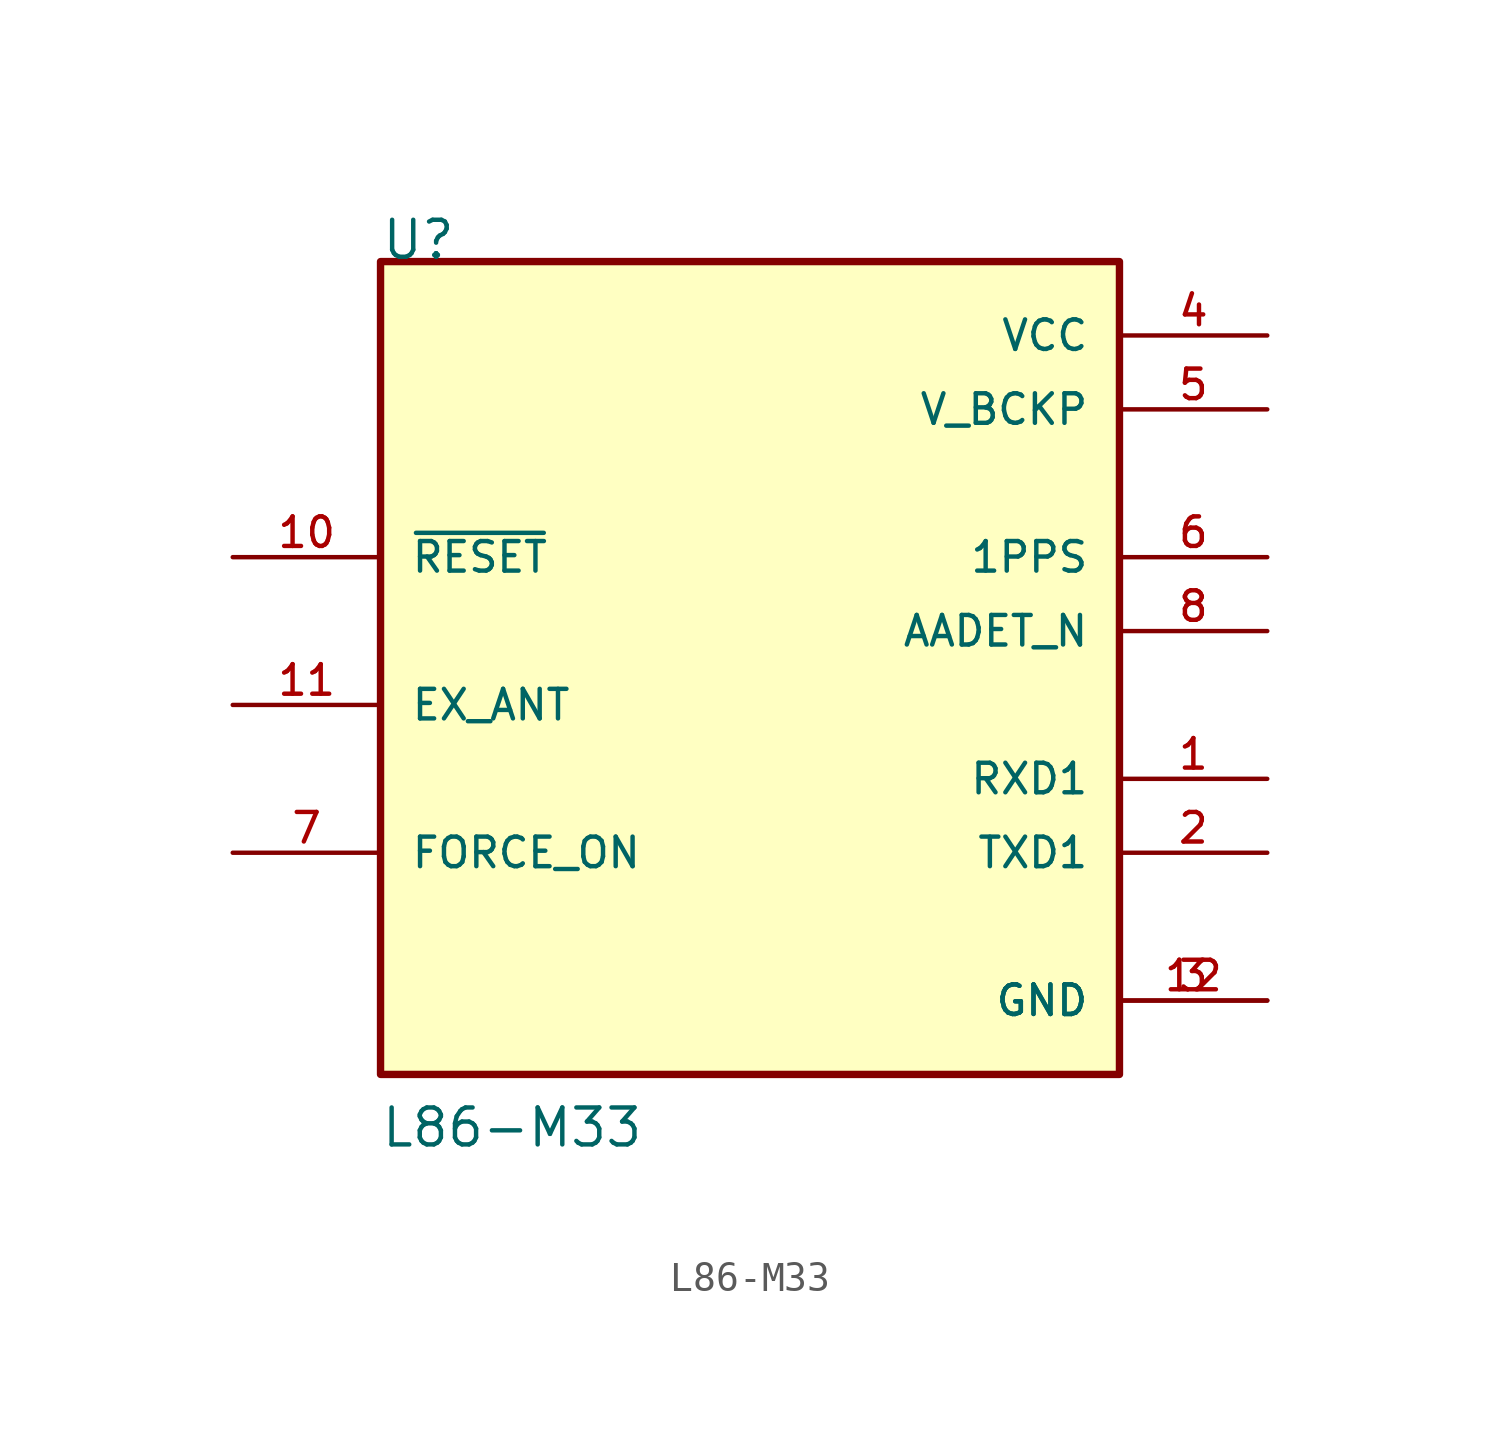
<source format=kicad_sym>
(kicad_symbol_lib
  (version 20211014)
  (generator kicad_symbol_editor)
  (symbol "L86-M33"
    (pin_names
      (offset 1.016))
    (property "Reference" "U"
      (at -12.704 12.704 0)
      (effects (font (size 1.27 1.27)) (justify bottom left)))
    (property "Value" "L86-M33"
      (at -12.721 -17.81 0)
      (effects (font (size 1.27 1.27)) (justify bottom left)))
    (symbol "L86-M33_0_0"
      (rectangle (start -12.7 -15.24) (end 12.7 12.7) (stroke (width 0.254)) (fill (type background)))
      (pin power_in line (at 17.78 10.16 180.0) (length 5.08) (name "VCC" (effects (font (size 1.016 1.016)))) (number "4" (effects (font (size 1.016 1.016)))))
      (pin power_in line (at 17.78 7.62 180.0) (length 5.08) (name "V_BCKP" (effects (font (size 1.016 1.016)))) (number "5" (effects (font (size 1.016 1.016)))))
      (pin input line (at -17.78 2.54 0) (length 5.08) (name "~{RESET}" (effects (font (size 1.016 1.016)))) (number "10" (effects (font (size 1.016 1.016)))))
      (pin input line (at 17.78 -5.08 180.0) (length 5.08) (name "RXD1" (effects (font (size 1.016 1.016)))) (number "1" (effects (font (size 1.016 1.016)))))
      (pin output line (at 17.78 -7.62 180.0) (length 5.08) (name "TXD1" (effects (font (size 1.016 1.016)))) (number "2" (effects (font (size 1.016 1.016)))))
      (pin input line (at -17.78 -2.54 0) (length 5.08) (name "EX_ANT" (effects (font (size 1.016 1.016)))) (number "11" (effects (font (size 1.016 1.016)))))
      (pin input line (at -17.78 -7.62 0) (length 5.08) (name "FORCE_ON" (effects (font (size 1.016 1.016)))) (number "7" (effects (font (size 1.016 1.016)))))
      (pin output line (at 17.78 2.54 180.0) (length 5.08) (name "1PPS" (effects (font (size 1.016 1.016)))) (number "6" (effects (font (size 1.016 1.016)))))
      (pin output line (at 17.78 0.0 180.0) (length 5.08) (name "AADET_N" (effects (font (size 1.016 1.016)))) (number "8" (effects (font (size 1.016 1.016)))))
      (pin passive line (at 17.78 -12.7 180.0) (length 5.08) (name "GND" (effects (font (size 1.016 1.016)))) (number "3" (effects (font (size 1.016 1.016)))))
      (pin passive line (at 17.78 -12.7 180.0) (length 5.08) (name "GND" (effects (font (size 1.016 1.016)))) (number "12" (effects (font (size 1.016 1.016))))))))
</source>
